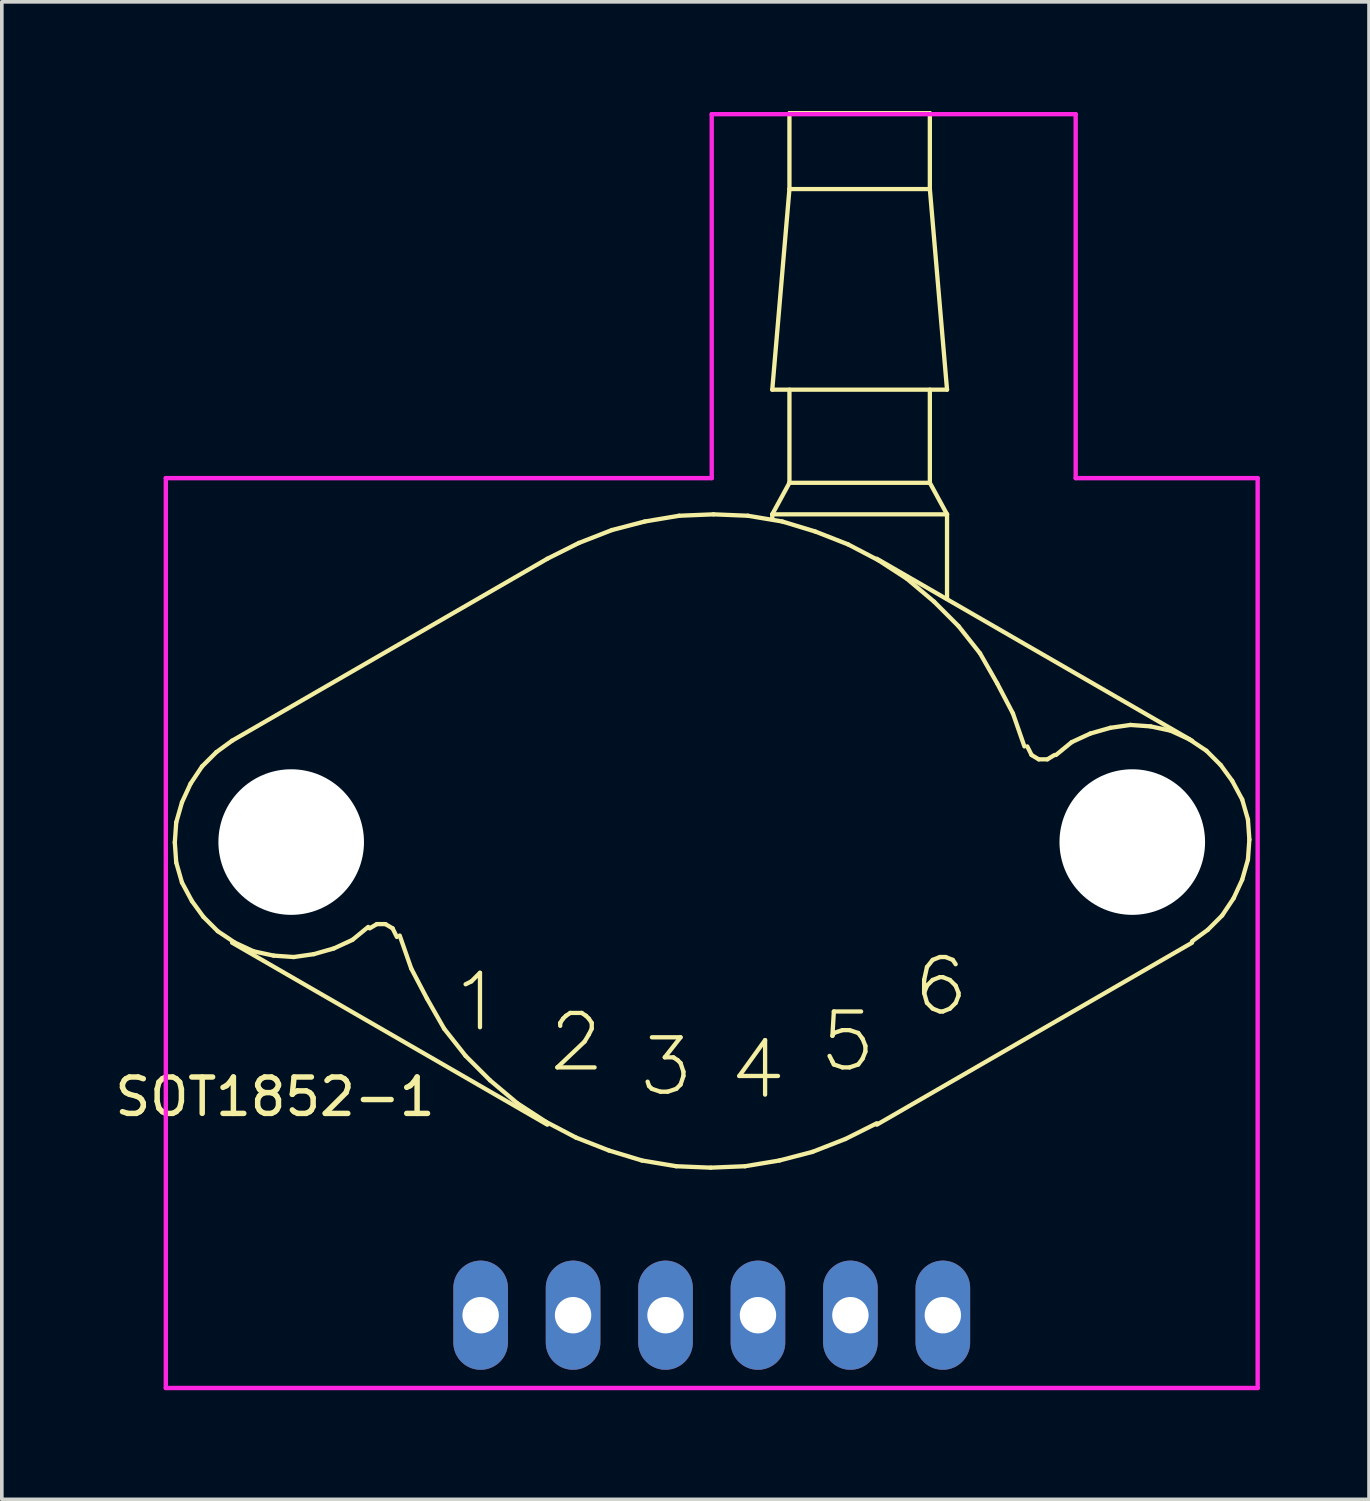
<source format=kicad_pcb>
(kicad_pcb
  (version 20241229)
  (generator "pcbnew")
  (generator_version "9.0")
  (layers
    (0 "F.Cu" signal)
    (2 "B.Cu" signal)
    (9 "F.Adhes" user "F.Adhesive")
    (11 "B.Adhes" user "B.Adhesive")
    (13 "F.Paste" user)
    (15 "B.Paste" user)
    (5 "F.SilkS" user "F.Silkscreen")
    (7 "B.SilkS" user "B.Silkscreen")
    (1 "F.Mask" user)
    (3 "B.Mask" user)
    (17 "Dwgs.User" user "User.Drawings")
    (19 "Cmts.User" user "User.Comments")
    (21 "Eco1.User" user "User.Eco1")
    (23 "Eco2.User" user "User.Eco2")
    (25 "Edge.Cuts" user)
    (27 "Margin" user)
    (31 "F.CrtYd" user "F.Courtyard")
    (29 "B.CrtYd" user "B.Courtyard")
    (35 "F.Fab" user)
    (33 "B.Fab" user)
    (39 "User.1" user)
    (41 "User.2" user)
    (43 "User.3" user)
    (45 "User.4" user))
  (footprint "SOT1852-1"
    (layer "F.Cu")
    (at 16.506 20.087)
    (property "Reference" "SOT1852-1" (at -12 7 0) (layer "F.SilkS") (effects (font (size 1 1) (thickness 0.15))))
    (attr through_hole)
    (fp_line (start -14.753 0.01) (end -14.714 0.561) (stroke (width 0.118) (type solid)) (layer "F.SilkS"))
    (fp_line (start -14.714 -0.541) (end -14.753 0.01) (stroke (width 0.118) (type solid)) (layer "F.SilkS"))
    (fp_line (start -14.714 0.561) (end -14.556 1.112) (stroke (width 0.118) (type solid)) (layer "F.SilkS"))
    (fp_line (start -14.556 -1.092) (end -14.714 -0.541) (stroke (width 0.118) (type solid)) (layer "F.SilkS"))
    (fp_line (start -14.556 1.112) (end -14.281 1.624) (stroke (width 0.118) (type solid)) (layer "F.SilkS"))
    (fp_line (start -14.32 -1.604) (end -14.556 -1.092) (stroke (width 0.118) (type solid)) (layer "F.SilkS"))
    (fp_line (start -14.281 1.624) (end -13.966 2.057) (stroke (width 0.118) (type solid)) (layer "F.SilkS"))
    (fp_line (start -14.005 -2.077) (end -14.32 -1.604) (stroke (width 0.118) (type solid)) (layer "F.SilkS"))
    (fp_line (start -13.966 2.057) (end -13.572 2.45) (stroke (width 0.118) (type solid)) (layer "F.SilkS"))
    (fp_line (start -13.611 -2.471) (end -14.005 -2.077) (stroke (width 0.118) (type solid)) (layer "F.SilkS"))
    (fp_line (start -13.572 2.45) (end -13.1 2.765) (stroke (width 0.118) (type solid)) (layer "F.SilkS"))
    (fp_line (start -13.179 -2.785) (end -13.611 -2.471) (stroke (width 0.118) (type solid)) (layer "F.SilkS"))
    (fp_line (start -13.179 -2.785) (end -4.517 -7.785) (stroke (width 0.118) (type solid)) (layer "F.SilkS"))
    (fp_line (start -13.179 2.765) (end -4.517 7.765) (stroke (width 0.118) (type solid)) (layer "F.SilkS"))
    (fp_line (start -13.1 2.765) (end -12.588 3.002) (stroke (width 0.118) (type solid)) (layer "F.SilkS"))
    (fp_line (start -12.588 3.002) (end -12.037 3.12) (stroke (width 0.118) (type solid)) (layer "F.SilkS"))
    (fp_line (start -12.037 3.12) (end -11.485 3.159) (stroke (width 0.118) (type solid)) (layer "F.SilkS"))
    (fp_line (start -11.485 3.159) (end -10.935 3.08) (stroke (width 0.118) (type solid)) (layer "F.SilkS"))
    (fp_line (start -10.935 3.08) (end -10.383 2.923) (stroke (width 0.118) (type solid)) (layer "F.SilkS"))
    (fp_line (start -10.383 2.923) (end -9.872 2.687) (stroke (width 0.118) (type solid)) (layer "F.SilkS"))
    (fp_line (start -9.872 2.687) (end -9.439 2.332) (stroke (width 0.118) (type solid)) (layer "F.SilkS"))
    (fp_line (start -9.202 2.254) (end -9.399 2.371) (stroke (width 0.118) (type solid)) (layer "F.SilkS"))
    (fp_line (start -8.966 2.254) (end -9.202 2.254) (stroke (width 0.118) (type solid)) (layer "F.SilkS"))
    (fp_line (start -8.769 2.371) (end -8.966 2.254) (stroke (width 0.118) (type solid)) (layer "F.SilkS"))
    (fp_line (start -8.651 2.608) (end -8.769 2.371) (stroke (width 0.118) (type solid)) (layer "F.SilkS"))
    (fp_line (start -8.573 2.569) (end -8.257 3.474) (stroke (width 0.118) (type solid)) (layer "F.SilkS"))
    (fp_line (start -8.257 3.474) (end -7.824 4.301) (stroke (width 0.118) (type solid)) (layer "F.SilkS"))
    (fp_line (start -7.824 4.301) (end -7.352 5.128) (stroke (width 0.118) (type solid)) (layer "F.SilkS"))
    (fp_line (start -7.352 5.128) (end -6.762 5.876) (stroke (width 0.118) (type solid)) (layer "F.SilkS"))
    (fp_line (start -6.762 3.907) (end -6.604 3.828) (stroke (width 0.118) (type solid)) (layer "F.SilkS"))
    (fp_line (start -6.762 5.876) (end -6.093 6.545) (stroke (width 0.118) (type solid)) (layer "F.SilkS"))
    (fp_line (start -6.604 3.828) (end -6.368 3.592) (stroke (width 0.118) (type solid)) (layer "F.SilkS"))
    (fp_line (start -6.368 3.592) (end -6.368 5.088) (stroke (width 0.118) (type solid)) (layer "F.SilkS"))
    (fp_line (start -6.093 6.545) (end -5.345 7.174) (stroke (width 0.118) (type solid)) (layer "F.SilkS"))
    (fp_line (start -5.345 7.174) (end -4.557 7.686) (stroke (width 0.118) (type solid)) (layer "F.SilkS"))
    (fp_line (start -4.557 7.686) (end -3.731 8.119) (stroke (width 0.118) (type solid)) (layer "F.SilkS"))
    (fp_line (start -4.242 6.191) (end -3.219 6.191) (stroke (width 0.118) (type solid)) (layer "F.SilkS"))
    (fp_line (start -4.163 4.97) (end -4.085 4.852) (stroke (width 0.118) (type solid)) (layer "F.SilkS"))
    (fp_line (start -4.163 5.049) (end -4.163 4.97) (stroke (width 0.118) (type solid)) (layer "F.SilkS"))
    (fp_line (start -4.085 4.852) (end -4.006 4.774) (stroke (width 0.118) (type solid)) (layer "F.SilkS"))
    (fp_line (start -4.006 4.774) (end -3.888 4.695) (stroke (width 0.118) (type solid)) (layer "F.SilkS"))
    (fp_line (start -3.888 4.695) (end -3.573 4.695) (stroke (width 0.118) (type solid)) (layer "F.SilkS"))
    (fp_line (start -3.731 8.119) (end -2.825 8.474) (stroke (width 0.118) (type solid)) (layer "F.SilkS"))
    (fp_line (start -3.652 -8.218) (end -4.517 -7.785) (stroke (width 0.118) (type solid)) (layer "F.SilkS"))
    (fp_line (start -3.573 4.695) (end -3.455 4.774) (stroke (width 0.118) (type solid)) (layer "F.SilkS"))
    (fp_line (start -3.494 5.482) (end -4.242 6.191) (stroke (width 0.118) (type solid)) (layer "F.SilkS"))
    (fp_line (start -3.455 4.774) (end -3.376 4.852) (stroke (width 0.118) (type solid)) (layer "F.SilkS"))
    (fp_line (start -3.376 4.852) (end -3.297 4.97) (stroke (width 0.118) (type solid)) (layer "F.SilkS"))
    (fp_line (start -3.376 5.285) (end -3.494 5.482) (stroke (width 0.118) (type solid)) (layer "F.SilkS"))
    (fp_line (start -3.297 4.97) (end -3.297 5.128) (stroke (width 0.118) (type solid)) (layer "F.SilkS"))
    (fp_line (start -3.297 5.128) (end -3.376 5.285) (stroke (width 0.118) (type solid)) (layer "F.SilkS"))
    (fp_line (start -2.825 8.474) (end -1.919 8.749) (stroke (width 0.118) (type solid)) (layer "F.SilkS"))
    (fp_line (start -2.746 -8.572) (end -3.652 -8.218) (stroke (width 0.118) (type solid)) (layer "F.SilkS"))
    (fp_line (start -1.919 8.749) (end -0.975 8.907) (stroke (width 0.118) (type solid)) (layer "F.SilkS"))
    (fp_line (start -1.841 -8.808) (end -2.746 -8.572) (stroke (width 0.118) (type solid)) (layer "F.SilkS"))
    (fp_line (start -1.723 6.702) (end -1.762 6.584) (stroke (width 0.118) (type solid)) (layer "F.SilkS"))
    (fp_line (start -1.644 5.364) (end -0.857 5.364) (stroke (width 0.118) (type solid)) (layer "F.SilkS"))
    (fp_line (start -1.644 6.781) (end -1.723 6.702) (stroke (width 0.118) (type solid)) (layer "F.SilkS"))
    (fp_line (start -1.408 6.859) (end -1.644 6.781) (stroke (width 0.118) (type solid)) (layer "F.SilkS"))
    (fp_line (start -1.29 5.915) (end -1.054 5.915) (stroke (width 0.118) (type solid)) (layer "F.SilkS"))
    (fp_line (start -1.211 6.859) (end -1.408 6.859) (stroke (width 0.118) (type solid)) (layer "F.SilkS"))
    (fp_line (start -1.054 5.915) (end -0.936 5.993) (stroke (width 0.118) (type solid)) (layer "F.SilkS"))
    (fp_line (start -0.975 6.781) (end -1.211 6.859) (stroke (width 0.118) (type solid)) (layer "F.SilkS"))
    (fp_line (start -0.975 8.907) (end -0.03 8.946) (stroke (width 0.118) (type solid)) (layer "F.SilkS"))
    (fp_line (start -0.936 5.993) (end -0.857 6.072) (stroke (width 0.118) (type solid)) (layer "F.SilkS"))
    (fp_line (start -0.896 -8.966) (end -1.841 -8.808) (stroke (width 0.118) (type solid)) (layer "F.SilkS"))
    (fp_line (start -0.857 5.364) (end -1.29 5.915) (stroke (width 0.118) (type solid)) (layer "F.SilkS"))
    (fp_line (start -0.857 6.072) (end -0.778 6.309) (stroke (width 0.118) (type solid)) (layer "F.SilkS"))
    (fp_line (start -0.857 6.663) (end -0.975 6.781) (stroke (width 0.118) (type solid)) (layer "F.SilkS"))
    (fp_line (start -0.778 6.309) (end -0.778 6.427) (stroke (width 0.118) (type solid)) (layer "F.SilkS"))
    (fp_line (start -0.778 6.427) (end -0.857 6.663) (stroke (width 0.118) (type solid)) (layer "F.SilkS"))
    (fp_line (start -0.03 8.946) (end 0.915 8.907) (stroke (width 0.118) (type solid)) (layer "F.SilkS"))
    (fp_line (start 0.048 -9.005) (end -0.896 -8.966) (stroke (width 0.118) (type solid)) (layer "F.SilkS"))
    (fp_line (start 0.757 6.427) (end 1.82 6.427) (stroke (width 0.118) (type solid)) (layer "F.SilkS"))
    (fp_line (start 0.915 8.907) (end 1.86 8.749) (stroke (width 0.118) (type solid)) (layer "F.SilkS"))
    (fp_line (start 0.994 -8.966) (end 0.048 -9.005) (stroke (width 0.118) (type solid)) (layer "F.SilkS"))
    (fp_line (start 1.466 5.442) (end 0.757 6.427) (stroke (width 0.118) (type solid)) (layer "F.SilkS"))
    (fp_line (start 1.466 5.442) (end 1.466 6.939) (stroke (width 0.118) (type solid)) (layer "F.SilkS"))
    (fp_line (start 1.663 -12.43) (end 2.135 -17.942) (stroke (width 0.118) (type solid)) (layer "F.SilkS"))
    (fp_line (start 1.663 -12.43) (end 6.465 -12.43) (stroke (width 0.118) (type solid)) (layer "F.SilkS"))
    (fp_line (start 1.663 -9.005) (end 1.663 -8.887) (stroke (width 0.118) (type solid)) (layer "F.SilkS"))
    (fp_line (start 1.86 8.749) (end 2.765 8.513) (stroke (width 0.118) (type solid)) (layer "F.SilkS"))
    (fp_line (start 1.938 -8.808) (end 0.994 -8.966) (stroke (width 0.118) (type solid)) (layer "F.SilkS"))
    (fp_line (start 2.135 -20.028) (end 5.993 -20.028) (stroke (width 0.118) (type solid)) (layer "F.SilkS"))
    (fp_line (start 2.135 -17.942) (end 2.135 -20.028) (stroke (width 0.118) (type solid)) (layer "F.SilkS"))
    (fp_line (start 2.135 -17.942) (end 5.993 -17.942) (stroke (width 0.118) (type solid)) (layer "F.SilkS"))
    (fp_line (start 2.135 -12.43) (end 2.135 -9.871) (stroke (width 0.118) (type solid)) (layer "F.SilkS"))
    (fp_line (start 2.135 -9.871) (end 1.663 -9.005) (stroke (width 0.118) (type solid)) (layer "F.SilkS"))
    (fp_line (start 2.765 8.513) (end 3.671 8.159) (stroke (width 0.118) (type solid)) (layer "F.SilkS"))
    (fp_line (start 2.844 -8.533) (end 1.938 -8.808) (stroke (width 0.118) (type solid)) (layer "F.SilkS"))
    (fp_line (start 3.316 5.324) (end 3.355 5.246) (stroke (width 0.118) (type solid)) (layer "F.SilkS"))
    (fp_line (start 3.316 6.033) (end 3.237 5.876) (stroke (width 0.118) (type solid)) (layer "F.SilkS"))
    (fp_line (start 3.355 4.655) (end 3.316 5.324) (stroke (width 0.118) (type solid)) (layer "F.SilkS"))
    (fp_line (start 3.355 5.246) (end 3.592 5.167) (stroke (width 0.118) (type solid)) (layer "F.SilkS"))
    (fp_line (start 3.355 6.111) (end 3.316 6.033) (stroke (width 0.118) (type solid)) (layer "F.SilkS"))
    (fp_line (start 3.592 5.167) (end 3.788 5.167) (stroke (width 0.118) (type solid)) (layer "F.SilkS"))
    (fp_line (start 3.592 6.191) (end 3.355 6.111) (stroke (width 0.118) (type solid)) (layer "F.SilkS"))
    (fp_line (start 3.671 8.159) (end 4.536 7.726) (stroke (width 0.118) (type solid)) (layer "F.SilkS"))
    (fp_line (start 3.749 -8.178) (end 2.844 -8.533) (stroke (width 0.118) (type solid)) (layer "F.SilkS"))
    (fp_line (start 3.788 5.167) (end 4.025 5.246) (stroke (width 0.118) (type solid)) (layer "F.SilkS"))
    (fp_line (start 3.788 6.191) (end 3.592 6.191) (stroke (width 0.118) (type solid)) (layer "F.SilkS"))
    (fp_line (start 4.025 5.246) (end 4.143 5.403) (stroke (width 0.118) (type solid)) (layer "F.SilkS"))
    (fp_line (start 4.025 6.111) (end 3.788 6.191) (stroke (width 0.118) (type solid)) (layer "F.SilkS"))
    (fp_line (start 4.104 4.655) (end 3.355 4.655) (stroke (width 0.118) (type solid)) (layer "F.SilkS"))
    (fp_line (start 4.143 5.403) (end 4.222 5.6) (stroke (width 0.118) (type solid)) (layer "F.SilkS"))
    (fp_line (start 4.143 5.954) (end 4.025 6.111) (stroke (width 0.118) (type solid)) (layer "F.SilkS"))
    (fp_line (start 4.222 5.6) (end 4.222 5.757) (stroke (width 0.118) (type solid)) (layer "F.SilkS"))
    (fp_line (start 4.222 5.757) (end 4.143 5.954) (stroke (width 0.118) (type solid)) (layer "F.SilkS"))
    (fp_line (start 4.576 -7.745) (end 3.749 -8.178) (stroke (width 0.118) (type solid)) (layer "F.SilkS"))
    (fp_line (start 5.363 -7.234) (end 4.576 -7.745) (stroke (width 0.118) (type solid)) (layer "F.SilkS"))
    (fp_line (start 5.836 3.789) (end 5.836 4.143) (stroke (width 0.118) (type solid)) (layer "F.SilkS"))
    (fp_line (start 5.836 4.143) (end 5.914 4.419) (stroke (width 0.118) (type solid)) (layer "F.SilkS"))
    (fp_line (start 5.914 3.434) (end 5.836 3.789) (stroke (width 0.118) (type solid)) (layer "F.SilkS"))
    (fp_line (start 5.914 3.946) (end 5.836 4.143) (stroke (width 0.118) (type solid)) (layer "F.SilkS"))
    (fp_line (start 5.914 4.419) (end 6.071 4.576) (stroke (width 0.118) (type solid)) (layer "F.SilkS"))
    (fp_line (start 5.993 -20.028) (end 5.993 -17.942) (stroke (width 0.118) (type solid)) (layer "F.SilkS"))
    (fp_line (start 5.993 -12.43) (end 5.993 -9.871) (stroke (width 0.118) (type solid)) (layer "F.SilkS"))
    (fp_line (start 5.993 -9.871) (end 2.135 -9.871) (stroke (width 0.118) (type solid)) (layer "F.SilkS"))
    (fp_line (start 6.071 3.238) (end 5.914 3.434) (stroke (width 0.118) (type solid)) (layer "F.SilkS"))
    (fp_line (start 6.071 3.789) (end 5.914 3.946) (stroke (width 0.118) (type solid)) (layer "F.SilkS"))
    (fp_line (start 6.071 4.576) (end 6.269 4.655) (stroke (width 0.118) (type solid)) (layer "F.SilkS"))
    (fp_line (start 6.111 -6.604) (end 5.363 -7.234) (stroke (width 0.118) (type solid)) (layer "F.SilkS"))
    (fp_line (start 6.269 3.159) (end 6.071 3.238) (stroke (width 0.118) (type solid)) (layer "F.SilkS"))
    (fp_line (start 6.269 3.711) (end 6.071 3.789) (stroke (width 0.118) (type solid)) (layer "F.SilkS"))
    (fp_line (start 6.269 4.655) (end 6.348 4.655) (stroke (width 0.118) (type solid)) (layer "F.SilkS"))
    (fp_line (start 6.348 3.711) (end 6.269 3.711) (stroke (width 0.118) (type solid)) (layer "F.SilkS"))
    (fp_line (start 6.348 4.655) (end 6.544 4.576) (stroke (width 0.118) (type solid)) (layer "F.SilkS"))
    (fp_line (start 6.426 3.159) (end 6.269 3.159) (stroke (width 0.118) (type solid)) (layer "F.SilkS"))
    (fp_line (start 6.465 -12.43) (end 5.993 -17.942) (stroke (width 0.118) (type solid)) (layer "F.SilkS"))
    (fp_line (start 6.465 -9.005) (end 1.663 -9.005) (stroke (width 0.118) (type solid)) (layer "F.SilkS"))
    (fp_line (start 6.465 -9.005) (end 5.993 -9.871) (stroke (width 0.118) (type solid)) (layer "F.SilkS"))
    (fp_line (start 6.465 -9.005) (end 6.465 -6.682) (stroke (width 0.118) (type solid)) (layer "F.SilkS"))
    (fp_line (start 6.544 3.789) (end 6.348 3.711) (stroke (width 0.118) (type solid)) (layer "F.SilkS"))
    (fp_line (start 6.544 4.576) (end 6.702 4.419) (stroke (width 0.118) (type solid)) (layer "F.SilkS"))
    (fp_line (start 6.623 3.238) (end 6.426 3.159) (stroke (width 0.118) (type solid)) (layer "F.SilkS"))
    (fp_line (start 6.702 3.356) (end 6.623 3.238) (stroke (width 0.118) (type solid)) (layer "F.SilkS"))
    (fp_line (start 6.702 3.946) (end 6.544 3.789) (stroke (width 0.118) (type solid)) (layer "F.SilkS"))
    (fp_line (start 6.702 4.419) (end 6.78 4.222) (stroke (width 0.118) (type solid)) (layer "F.SilkS"))
    (fp_line (start 6.78 -5.934) (end 6.111 -6.604) (stroke (width 0.118) (type solid)) (layer "F.SilkS"))
    (fp_line (start 6.78 4.143) (end 6.702 3.946) (stroke (width 0.118) (type solid)) (layer "F.SilkS"))
    (fp_line (start 6.78 4.222) (end 6.78 4.143) (stroke (width 0.118) (type solid)) (layer "F.SilkS"))
    (fp_line (start 7.371 -5.187) (end 6.78 -5.934) (stroke (width 0.118) (type solid)) (layer "F.SilkS"))
    (fp_line (start 7.843 -4.36) (end 7.371 -5.187) (stroke (width 0.118) (type solid)) (layer "F.SilkS"))
    (fp_line (start 8.276 -3.534) (end 7.843 -4.36) (stroke (width 0.118) (type solid)) (layer "F.SilkS"))
    (fp_line (start 8.591 -2.628) (end 8.276 -3.534) (stroke (width 0.118) (type solid)) (layer "F.SilkS"))
    (fp_line (start 8.67 -2.628) (end 8.788 -2.392) (stroke (width 0.118) (type solid)) (layer "F.SilkS"))
    (fp_line (start 8.788 -2.392) (end 8.985 -2.273) (stroke (width 0.118) (type solid)) (layer "F.SilkS"))
    (fp_line (start 8.985 -2.273) (end 9.221 -2.273) (stroke (width 0.118) (type solid)) (layer "F.SilkS"))
    (fp_line (start 9.221 -2.273) (end 9.418 -2.392) (stroke (width 0.118) (type solid)) (layer "F.SilkS"))
    (fp_line (start 9.891 -2.746) (end 9.458 -2.392) (stroke (width 0.118) (type solid)) (layer "F.SilkS"))
    (fp_line (start 10.402 -2.982) (end 9.891 -2.746) (stroke (width 0.118) (type solid)) (layer "F.SilkS"))
    (fp_line (start 10.953 -3.139) (end 10.402 -2.982) (stroke (width 0.118) (type solid)) (layer "F.SilkS"))
    (fp_line (start 11.504 -3.218) (end 10.953 -3.139) (stroke (width 0.118) (type solid)) (layer "F.SilkS"))
    (fp_line (start 12.056 -3.179) (end 11.504 -3.218) (stroke (width 0.118) (type solid)) (layer "F.SilkS"))
    (fp_line (start 12.607 -3.061) (end 12.056 -3.179) (stroke (width 0.118) (type solid)) (layer "F.SilkS"))
    (fp_line (start 13.118 -2.825) (end 12.607 -3.061) (stroke (width 0.118) (type solid)) (layer "F.SilkS"))
    (fp_line (start 13.198 -2.785) (end 4.536 -7.785) (stroke (width 0.118) (type solid)) (layer "F.SilkS"))
    (fp_line (start 13.198 2.726) (end 13.63 2.411) (stroke (width 0.118) (type solid)) (layer "F.SilkS"))
    (fp_line (start 13.198 2.765) (end 4.536 7.765) (stroke (width 0.118) (type solid)) (layer "F.SilkS"))
    (fp_line (start 13.591 -2.51) (end 13.118 -2.825) (stroke (width 0.118) (type solid)) (layer "F.SilkS"))
    (fp_line (start 13.63 2.411) (end 14.024 2.017) (stroke (width 0.118) (type solid)) (layer "F.SilkS"))
    (fp_line (start 13.985 -2.116) (end 13.591 -2.51) (stroke (width 0.118) (type solid)) (layer "F.SilkS"))
    (fp_line (start 14.024 2.017) (end 14.339 1.545) (stroke (width 0.118) (type solid)) (layer "F.SilkS"))
    (fp_line (start 14.3 -1.683) (end 13.985 -2.116) (stroke (width 0.118) (type solid)) (layer "F.SilkS"))
    (fp_line (start 14.339 1.545) (end 14.575 1.034) (stroke (width 0.118) (type solid)) (layer "F.SilkS"))
    (fp_line (start 14.575 -1.171) (end 14.3 -1.683) (stroke (width 0.118) (type solid)) (layer "F.SilkS"))
    (fp_line (start 14.575 1.034) (end 14.733 0.482) (stroke (width 0.118) (type solid)) (layer "F.SilkS"))
    (fp_line (start 14.733 -0.62) (end 14.575 -1.171) (stroke (width 0.118) (type solid)) (layer "F.SilkS"))
    (fp_line (start 14.733 0.482) (end 14.772 -0.068) (stroke (width 0.118) (type solid)) (layer "F.SilkS"))
    (fp_line (start 14.772 -0.068) (end 14.733 -0.62) (stroke (width 0.118) (type solid)) (layer "F.SilkS"))
    (fp_line (start -15 -10) (end -15 15) (stroke (width 0.12) (type solid)) (layer "F.CrtYd"))
    (fp_line (start -15 -10) (end 0 -10) (stroke (width 0.12) (type solid)) (layer "F.CrtYd"))
    (fp_line (start -15 15) (end 15 15) (stroke (width 0.12) (type solid)) (layer "F.CrtYd"))
    (fp_line (start 0 -20) (end 10 -20) (stroke (width 0.12) (type solid)) (layer "F.CrtYd"))
    (fp_line (start 0 -10) (end 0 -20) (stroke (width 0.12) (type solid)) (layer "F.CrtYd"))
    (fp_line (start 10 -20) (end 10 -10) (stroke (width 0.12) (type solid)) (layer "F.CrtYd"))
    (fp_line (start 10 -10) (end 15 -10) (stroke (width 0.12) (type solid)) (layer "F.CrtYd"))
    (fp_line (start 15 15) (end 15 -10) (stroke (width 0.12) (type solid)) (layer "F.CrtYd"))
    (pad "" np_thru_hole circle (at -11.555 0) (size 4 4) (drill 4) (layers "*.Cu" "*.Mask"))
    (pad "" np_thru_hole circle (at 11.555 0) (size 4 4) (drill 4) (layers "*.Cu" "*.Mask"))
    (pad "1" thru_hole oval (at -6.35 13) (size 1.5 3) (drill 1) (layers "*.Cu" "*.Mask"))
    (pad "2" thru_hole oval (at -3.81 13) (size 1.5 3) (drill 1) (layers "*.Cu" "*.Mask"))
    (pad "3" thru_hole oval (at -1.27 13) (size 1.5 3) (drill 1) (layers "*.Cu" "*.Mask"))
    (pad "4" thru_hole oval (at 1.27 13) (size 1.5 3) (drill 1) (layers "*.Cu" "*.Mask"))
    (pad "5" thru_hole oval (at 3.81 13) (size 1.5 3) (drill 1) (layers "*.Cu" "*.Mask"))
    (pad "6" thru_hole oval (at 6.35 13) (size 1.5 3) (drill 1) (layers "*.Cu" "*.Mask")))
  (gr_rect
    (start -3 -3)
    (end 34.566 38.147)
    (stroke (width 0.1) (type default))
    (fill no)
    (layer "Edge.Cuts")))
</source>
